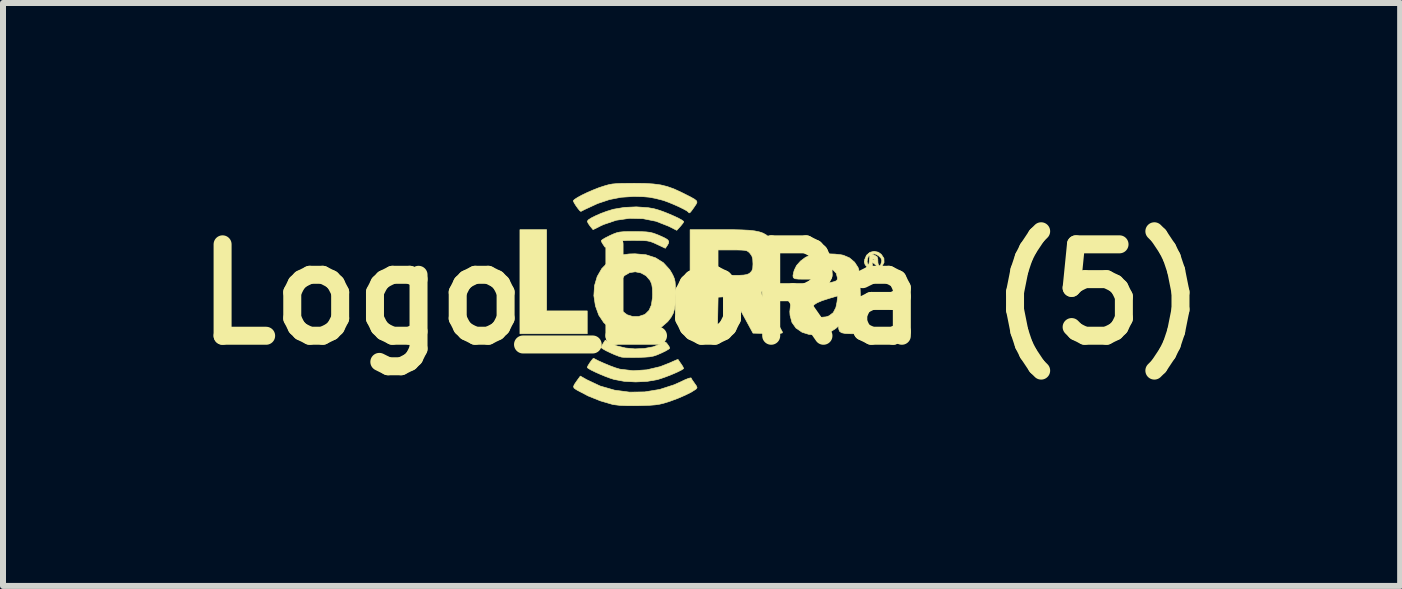
<source format=kicad_pcb>
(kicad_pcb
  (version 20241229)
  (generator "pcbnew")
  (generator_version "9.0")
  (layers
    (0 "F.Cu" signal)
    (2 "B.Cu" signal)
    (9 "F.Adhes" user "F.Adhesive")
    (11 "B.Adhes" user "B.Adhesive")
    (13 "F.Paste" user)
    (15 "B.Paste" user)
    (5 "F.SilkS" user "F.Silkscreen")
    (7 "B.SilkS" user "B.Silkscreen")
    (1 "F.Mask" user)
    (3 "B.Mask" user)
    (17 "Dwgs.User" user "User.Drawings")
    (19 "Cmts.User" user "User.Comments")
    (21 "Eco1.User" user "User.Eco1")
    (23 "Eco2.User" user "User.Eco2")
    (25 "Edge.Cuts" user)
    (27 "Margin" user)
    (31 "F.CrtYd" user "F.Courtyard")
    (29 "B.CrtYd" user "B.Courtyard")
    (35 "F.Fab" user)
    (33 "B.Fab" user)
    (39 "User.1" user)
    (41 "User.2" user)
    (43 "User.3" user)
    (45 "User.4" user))
  (footprint "Logo_LoRa (5)"
    (layer "F.Cu")
    (at 8.643 1.857)
    (property "Reference" "Logo_LoRa (5)" (at 0 0 0) (layer "F.SilkS") (effects (font (size 1.524 1.524) (thickness 0.3))))
    (attr through_hole)
    (fp_poly (pts (xy -2.582 0.275) (xy -1.905 0.275) (xy -1.905 0.656) (xy -3.027 0.656) (xy -3.027 -1.079) (xy -2.582 -1.079) (xy -2.582 0.275)) (stroke (width 0.01) (type solid)) (fill yes) (layer "F.SilkS"))
    (fp_poly (pts (xy -0.888 -1.445) (xy -0.796 -1.429) (xy -0.728 -1.41) (xy -0.645 -1.382) (xy -0.554 -1.346) (xy -0.466 -1.308) (xy -0.388 -1.272) (xy -0.33 -1.24) (xy -0.299 -1.217) (xy -0.297 -1.211) (xy -0.31 -1.187) (xy -0.343 -1.146) (xy -0.355 -1.132) (xy -0.413 -1.068) (xy -0.55 -1.137) (xy -0.759 -1.219) (xy -0.979 -1.263) (xy -1.202 -1.268) (xy -1.422 -1.236) (xy -1.632 -1.165) (xy -1.682 -1.142) (xy -1.808 -1.079) (xy -1.856 -1.137) (xy -1.888 -1.183) (xy -1.904 -1.217) (xy -1.904 -1.219) (xy -1.886 -1.243) (xy -1.836 -1.275) (xy -1.762 -1.312) (xy -1.673 -1.351) (xy -1.577 -1.386) (xy -1.483 -1.415) (xy -1.47 -1.419) (xy -1.286 -1.45) (xy -1.086 -1.459) (xy -0.888 -1.445)) (stroke (width 0.01) (type solid)) (fill yes) (layer "F.SilkS"))
    (fp_poly (pts (xy -1.537 0.802) (xy -1.414 0.858) (xy -1.268 0.893) (xy -1.11 0.908) (xy -0.953 0.901) (xy -0.806 0.874) (xy -0.683 0.825) (xy -0.658 0.811) (xy -0.62 0.791) (xy -0.594 0.799) (xy -0.569 0.828) (xy -0.541 0.869) (xy -0.53 0.896) (xy -0.547 0.912) (xy -0.594 0.94) (xy -0.661 0.973) (xy -0.672 0.978) (xy -0.741 1.008) (xy -0.801 1.028) (xy -0.865 1.04) (xy -0.946 1.046) (xy -1.048 1.05) (xy -1.148 1.051) (xy -1.238 1.05) (xy -1.305 1.048) (xy -1.333 1.045) (xy -1.383 1.03) (xy -1.45 1.004) (xy -1.522 0.972) (xy -1.591 0.939) (xy -1.643 0.909) (xy -1.671 0.889) (xy -1.672 0.885) (xy -1.662 0.855) (xy -1.638 0.814) (xy -1.604 0.762) (xy -1.537 0.802)) (stroke (width 0.01) (type solid)) (fill yes) (layer "F.SilkS"))
    (fp_poly (pts (xy -1.007 -1.046) (xy -0.923 -1.042) (xy -0.859 -1.034) (xy -0.802 -1.02) (xy -0.743 -0.998) (xy -0.715 -0.987) (xy -0.626 -0.947) (xy -0.571 -0.916) (xy -0.547 -0.887) (xy -0.549 -0.856) (xy -0.567 -0.823) (xy -0.603 -0.769) (xy -0.741 -0.834) (xy -0.804 -0.863) (xy -0.857 -0.882) (xy -0.912 -0.893) (xy -0.981 -0.898) (xy -1.076 -0.899) (xy -1.122 -0.9) (xy -1.232 -0.899) (xy -1.311 -0.895) (xy -1.37 -0.886) (xy -1.423 -0.87) (xy -1.479 -0.846) (xy -1.487 -0.843) (xy -1.608 -0.786) (xy -1.64 -0.832) (xy -1.664 -0.872) (xy -1.672 -0.895) (xy -1.654 -0.912) (xy -1.608 -0.94) (xy -1.541 -0.974) (xy -1.529 -0.98) (xy -1.467 -1.008) (xy -1.416 -1.027) (xy -1.364 -1.039) (xy -1.301 -1.045) (xy -1.216 -1.047) (xy -1.122 -1.047) (xy -1.007 -1.046)) (stroke (width 0.01) (type solid)) (fill yes) (layer "F.SilkS"))
    (fp_poly (pts (xy -1.723 1.105) (xy -1.627 1.148) (xy -1.526 1.19) (xy -1.434 1.224) (xy -1.364 1.245) (xy -1.359 1.246) (xy -1.139 1.272) (xy -0.913 1.257) (xy -0.689 1.204) (xy -0.531 1.142) (xy -0.464 1.112) (xy -0.415 1.091) (xy -0.392 1.084) (xy -0.392 1.084) (xy -0.379 1.104) (xy -0.351 1.145) (xy -0.34 1.16) (xy -0.311 1.205) (xy -0.299 1.234) (xy -0.299 1.237) (xy -0.34 1.263) (xy -0.409 1.297) (xy -0.495 1.334) (xy -0.589 1.371) (xy -0.677 1.402) (xy -0.736 1.42) (xy -0.908 1.45) (xy -1.098 1.459) (xy -1.287 1.449) (xy -1.452 1.419) (xy -1.522 1.397) (xy -1.605 1.366) (xy -1.692 1.33) (xy -1.775 1.293) (xy -1.844 1.259) (xy -1.89 1.232) (xy -1.905 1.217) (xy -1.894 1.191) (xy -1.869 1.15) (xy -1.838 1.106) (xy -1.812 1.074) (xy -1.799 1.065) (xy -1.723 1.105)) (stroke (width 0.01) (type solid)) (fill yes) (layer "F.SilkS"))
    (fp_poly (pts (xy -1.915 1.421) (xy -1.69 1.527) (xy -1.45 1.596) (xy -1.2 1.629) (xy -0.947 1.625) (xy -0.697 1.584) (xy -0.456 1.506) (xy -0.351 1.459) (xy -0.276 1.423) (xy -0.216 1.399) (xy -0.18 1.391) (xy -0.174 1.393) (xy -0.159 1.421) (xy -0.127 1.467) (xy -0.115 1.484) (xy -0.083 1.53) (xy -0.075 1.556) (xy -0.09 1.576) (xy -0.1 1.584) (xy -0.173 1.63) (xy -0.276 1.681) (xy -0.396 1.733) (xy -0.523 1.78) (xy -0.55 1.789) (xy -0.628 1.813) (xy -0.698 1.83) (xy -0.772 1.841) (xy -0.86 1.848) (xy -0.973 1.852) (xy -1.048 1.854) (xy -1.22 1.855) (xy -1.358 1.85) (xy -1.459 1.838) (xy -1.482 1.834) (xy -1.687 1.774) (xy -1.889 1.693) (xy -2.07 1.598) (xy -2.09 1.586) (xy -2.124 1.562) (xy -2.134 1.537) (xy -2.12 1.502) (xy -2.081 1.445) (xy -2.079 1.442) (xy -2.02 1.361) (xy -1.915 1.421)) (stroke (width 0.01) (type solid)) (fill yes) (layer "F.SilkS"))
    (fp_poly (pts (xy -0.947 -1.85) (xy -0.804 -1.841) (xy -0.682 -1.825) (xy -0.572 -1.798) (xy -0.462 -1.759) (xy -0.342 -1.704) (xy -0.276 -1.671) (xy -0.181 -1.623) (xy -0.119 -1.588) (xy -0.086 -1.562) (xy -0.076 -1.538) (xy -0.087 -1.509) (xy -0.113 -1.47) (xy -0.125 -1.452) (xy -0.167 -1.393) (xy -0.192 -1.364) (xy -0.207 -1.358) (xy -0.219 -1.371) (xy -0.22 -1.373) (xy -0.247 -1.394) (xy -0.304 -1.425) (xy -0.381 -1.463) (xy -0.467 -1.501) (xy -0.552 -1.536) (xy -0.628 -1.564) (xy -0.656 -1.572) (xy -0.771 -1.601) (xy -0.871 -1.62) (xy -0.974 -1.629) (xy -1.097 -1.632) (xy -1.142 -1.632) (xy -1.34 -1.619) (xy -1.534 -1.581) (xy -1.732 -1.515) (xy -1.944 -1.417) (xy -2.011 -1.383) (xy -2.028 -1.394) (xy -2.058 -1.43) (xy -2.092 -1.477) (xy -2.121 -1.523) (xy -2.137 -1.556) (xy -2.138 -1.56) (xy -2.119 -1.581) (xy -2.069 -1.614) (xy -1.996 -1.654) (xy -1.907 -1.697) (xy -1.81 -1.739) (xy -1.714 -1.777) (xy -1.672 -1.791) (xy -1.604 -1.813) (xy -1.545 -1.829) (xy -1.487 -1.84) (xy -1.419 -1.846) (xy -1.334 -1.85) (xy -1.222 -1.851) (xy -1.122 -1.852) (xy -0.947 -1.85)) (stroke (width 0.01) (type solid)) (fill yes) (layer "F.SilkS"))
    (fp_poly (pts (xy -0.926 -0.661) (xy -0.769 -0.611) (xy -0.637 -0.529) (xy -0.532 -0.414) (xy -0.497 -0.357) (xy -0.47 -0.305) (xy -0.452 -0.26) (xy -0.441 -0.211) (xy -0.436 -0.146) (xy -0.434 -0.055) (xy -0.434 0) (xy -0.437 0.132) (xy -0.448 0.233) (xy -0.471 0.313) (xy -0.508 0.382) (xy -0.563 0.453) (xy -0.566 0.456) (xy -0.676 0.551) (xy -0.812 0.621) (xy -0.966 0.664) (xy -1.127 0.678) (xy -1.288 0.661) (xy -1.369 0.638) (xy -1.514 0.569) (xy -1.628 0.472) (xy -1.713 0.345) (xy -1.769 0.191) (xy -1.795 0.019) (xy -1.793 -0.002) (xy -1.397 -0.002) (xy -1.387 0.116) (xy -1.354 0.222) (xy -1.315 0.283) (xy -1.241 0.339) (xy -1.148 0.368) (xy -1.048 0.368) (xy -0.954 0.337) (xy -0.937 0.327) (xy -0.875 0.266) (xy -0.836 0.177) (xy -0.818 0.055) (xy -0.816 0) (xy -0.819 -0.098) (xy -0.83 -0.168) (xy -0.853 -0.224) (xy -0.858 -0.233) (xy -0.924 -0.31) (xy -1.01 -0.358) (xy -1.105 -0.377) (xy -1.199 -0.363) (xy -1.282 -0.315) (xy -1.29 -0.308) (xy -1.348 -0.226) (xy -1.384 -0.12) (xy -1.397 -0.002) (xy -1.793 -0.002) (xy -1.784 -0.146) (xy -1.739 -0.298) (xy -1.662 -0.431) (xy -1.554 -0.54) (xy -1.508 -0.573) (xy -1.411 -0.626) (xy -1.317 -0.659) (xy -1.208 -0.674) (xy -1.11 -0.677) (xy -0.926 -0.661)) (stroke (width 0.01) (type solid)) (fill yes) (layer "F.SilkS"))
    (fp_poly (pts (xy 2.947 -0.703) (xy 2.996 -0.668) (xy 3.04 -0.601) (xy 3.042 -0.531) (xy 3.002 -0.46) (xy 2.986 -0.443) (xy 2.922 -0.394) (xy 2.861 -0.386) (xy 2.798 -0.419) (xy 2.769 -0.445) (xy 2.764 -0.451) (xy 2.826 -0.451) (xy 2.859 -0.445) (xy 2.873 -0.445) (xy 2.919 -0.446) (xy 2.928 -0.457) (xy 2.907 -0.485) (xy 2.906 -0.487) (xy 2.873 -0.517) (xy 2.849 -0.529) (xy 2.842 -0.52) (xy 2.848 -0.506) (xy 2.846 -0.476) (xy 2.834 -0.464) (xy 2.826 -0.451) (xy 2.764 -0.451) (xy 2.727 -0.494) (xy 2.713 -0.536) (xy 2.715 -0.552) (xy 2.76 -0.552) (xy 2.763 -0.528) (xy 2.776 -0.494) (xy 2.786 -0.496) (xy 2.794 -0.536) (xy 2.798 -0.572) (xy 2.798 -0.577) (xy 2.846 -0.577) (xy 2.866 -0.573) (xy 2.894 -0.577) (xy 2.894 -0.584) (xy 2.866 -0.589) (xy 2.854 -0.586) (xy 2.846 -0.577) (xy 2.798 -0.577) (xy 2.802 -0.624) (xy 2.802 -0.654) (xy 2.801 -0.656) (xy 2.783 -0.638) (xy 2.768 -0.597) (xy 2.76 -0.552) (xy 2.715 -0.552) (xy 2.718 -0.578) (xy 2.75 -0.653) (xy 2.773 -0.673) (xy 2.844 -0.673) (xy 2.852 -0.665) (xy 2.884 -0.653) (xy 2.927 -0.627) (xy 2.939 -0.586) (xy 2.938 -0.574) (xy 2.941 -0.52) (xy 2.952 -0.488) (xy 2.969 -0.472) (xy 2.985 -0.494) (xy 2.987 -0.499) (xy 3.001 -0.545) (xy 3.004 -0.566) (xy 2.989 -0.607) (xy 2.948 -0.646) (xy 2.898 -0.672) (xy 2.873 -0.676) (xy 2.844 -0.673) (xy 2.773 -0.673) (xy 2.806 -0.701) (xy 2.875 -0.719) (xy 2.947 -0.703)) (stroke (width 0.01) (type solid)) (fill yes) (layer "F.SilkS"))
    (fp_poly (pts (xy 0.515 -1.079) (xy 0.669 -1.075) (xy 0.792 -1.069) (xy 0.888 -1.058) (xy 0.964 -1.042) (xy 1.026 -1.021) (xy 1.077 -0.992) (xy 1.125 -0.956) (xy 1.134 -0.948) (xy 1.216 -0.861) (xy 1.268 -0.765) (xy 1.295 -0.649) (xy 1.301 -0.54) (xy 1.292 -0.406) (xy 1.261 -0.298) (xy 1.203 -0.206) (xy 1.112 -0.122) (xy 1.008 -0.053) (xy 0.998 -0.041) (xy 0.997 -0.021) (xy 1.008 0.013) (xy 1.034 0.067) (xy 1.076 0.145) (xy 1.137 0.254) (xy 1.155 0.286) (xy 1.216 0.391) (xy 1.269 0.485) (xy 1.312 0.561) (xy 1.34 0.612) (xy 1.349 0.63) (xy 1.345 0.642) (xy 1.318 0.649) (xy 1.264 0.653) (xy 1.175 0.653) (xy 1.109 0.652) (xy 0.858 0.646) (xy 0.524 0.032) (xy 0.276 0.046) (xy 0.27 0.346) (xy 0.265 0.646) (xy 0.052 0.652) (xy -0.039 0.653) (xy -0.114 0.651) (xy -0.163 0.647) (xy -0.176 0.643) (xy -0.179 0.619) (xy -0.182 0.558) (xy -0.185 0.463) (xy -0.187 0.34) (xy -0.189 0.192) (xy -0.19 0.025) (xy -0.19 -0.157) (xy -0.191 -0.226) (xy -0.191 -0.741) (xy 0.275 -0.741) (xy 0.275 -0.318) (xy 0.516 -0.318) (xy 0.625 -0.318) (xy 0.7 -0.322) (xy 0.75 -0.33) (xy 0.785 -0.343) (xy 0.807 -0.358) (xy 0.837 -0.39) (xy 0.853 -0.432) (xy 0.857 -0.5) (xy 0.857 -0.515) (xy 0.853 -0.592) (xy 0.837 -0.644) (xy 0.806 -0.686) (xy 0.782 -0.71) (xy 0.756 -0.726) (xy 0.719 -0.735) (xy 0.663 -0.739) (xy 0.579 -0.741) (xy 0.515 -0.741) (xy 0.275 -0.741) (xy -0.191 -0.741) (xy -0.191 -1.079) (xy 0.324 -1.079) (xy 0.515 -1.079)) (stroke (width 0.01) (type solid)) (fill yes) (layer "F.SilkS"))
    (fp_poly (pts (xy 2.224 -0.672) (xy 2.322 -0.661) (xy 2.363 -0.653) (xy 2.466 -0.609) (xy 2.551 -0.537) (xy 2.609 -0.448) (xy 2.621 -0.412) (xy 2.628 -0.367) (xy 2.634 -0.287) (xy 2.64 -0.179) (xy 2.645 -0.05) (xy 2.649 0.091) (xy 2.65 0.164) (xy 2.656 0.656) (xy 2.497 0.656) (xy 2.397 0.652) (xy 2.334 0.639) (xy 2.299 0.614) (xy 2.286 0.574) (xy 2.286 0.564) (xy 2.284 0.537) (xy 2.271 0.538) (xy 2.238 0.567) (xy 2.15 0.624) (xy 2.037 0.661) (xy 1.912 0.675) (xy 1.788 0.666) (xy 1.678 0.632) (xy 1.676 0.631) (xy 1.574 0.561) (xy 1.507 0.467) (xy 1.475 0.348) (xy 1.471 0.285) (xy 1.473 0.27) (xy 1.846 0.27) (xy 1.872 0.326) (xy 1.924 0.364) (xy 1.995 0.382) (xy 2.077 0.374) (xy 2.126 0.357) (xy 2.195 0.304) (xy 2.239 0.219) (xy 2.258 0.127) (xy 2.27 0.024) (xy 2.125 0.067) (xy 2.007 0.105) (xy 1.926 0.14) (xy 1.876 0.172) (xy 1.855 0.202) (xy 1.846 0.27) (xy 1.473 0.27) (xy 1.484 0.17) (xy 1.524 0.074) (xy 1.593 -0.005) (xy 1.694 -0.071) (xy 1.832 -0.124) (xy 2.008 -0.168) (xy 2.028 -0.172) (xy 2.13 -0.193) (xy 2.198 -0.209) (xy 2.238 -0.223) (xy 2.258 -0.238) (xy 2.264 -0.258) (xy 2.265 -0.274) (xy 2.246 -0.352) (xy 2.193 -0.407) (xy 2.128 -0.432) (xy 2.044 -0.432) (xy 1.972 -0.403) (xy 1.924 -0.35) (xy 1.912 -0.317) (xy 1.9 -0.254) (xy 1.712 -0.254) (xy 1.617 -0.255) (xy 1.558 -0.261) (xy 1.529 -0.279) (xy 1.524 -0.314) (xy 1.536 -0.371) (xy 1.546 -0.405) (xy 1.584 -0.482) (xy 1.651 -0.557) (xy 1.734 -0.619) (xy 1.814 -0.655) (xy 1.89 -0.668) (xy 1.993 -0.675) (xy 2.11 -0.676) (xy 2.224 -0.672)) (stroke (width 0.01) (type solid)) (fill yes) (layer "F.SilkS")))
  (gr_rect
    (start -3 -3)
    (end 20.287 6.716)
    (stroke (width 0.1) (type default))
    (fill no)
    (layer "Edge.Cuts")))
</source>
